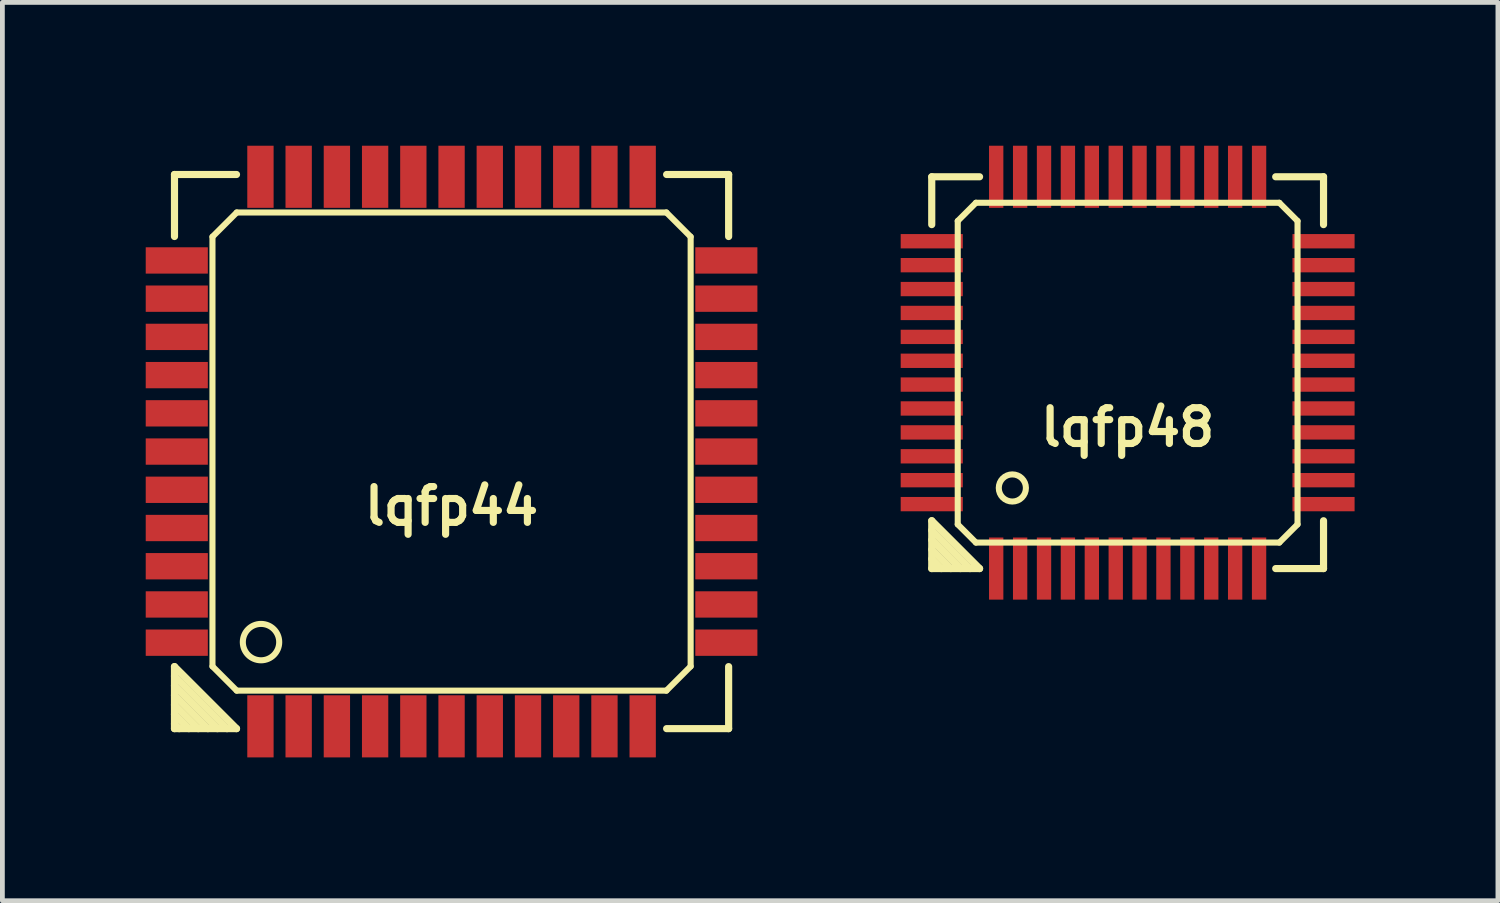
<source format=kicad_pcb>
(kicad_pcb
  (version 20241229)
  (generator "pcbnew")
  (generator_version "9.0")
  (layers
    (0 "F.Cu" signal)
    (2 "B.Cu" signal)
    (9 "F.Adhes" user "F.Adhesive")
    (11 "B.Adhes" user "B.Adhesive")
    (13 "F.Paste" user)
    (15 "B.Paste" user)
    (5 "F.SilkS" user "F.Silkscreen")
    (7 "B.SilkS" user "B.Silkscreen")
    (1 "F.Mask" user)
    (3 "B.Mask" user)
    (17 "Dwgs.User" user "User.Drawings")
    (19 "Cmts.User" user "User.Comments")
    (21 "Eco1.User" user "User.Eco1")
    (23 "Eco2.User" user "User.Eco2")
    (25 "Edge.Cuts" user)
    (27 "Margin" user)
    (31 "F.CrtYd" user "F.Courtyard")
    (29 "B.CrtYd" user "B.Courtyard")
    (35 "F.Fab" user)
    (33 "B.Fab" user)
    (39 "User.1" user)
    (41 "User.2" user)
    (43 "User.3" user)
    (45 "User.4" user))
  (footprint "lqfp48"
    (layer "F.Cu")
    (at 20.551 4.75)
    (property "Reference" "lqfp48" (at 0 1.143 0) (layer "F.SilkS") (effects (font (size 0.749 0.749) (thickness 0.15))))
    (attr smd)
    (fp_line (start -4.1 -4.1) (end -3.099 -4.1) (stroke (width 0.15) (type solid)) (layer "F.SilkS"))
    (fp_line (start -4.1 -3.099) (end -4.1 -4.1) (stroke (width 0.15) (type solid)) (layer "F.SilkS"))
    (fp_line (start -4.1 3.099) (end -3.099 4.1) (stroke (width 0.15) (type solid)) (layer "F.SilkS"))
    (fp_line (start -4.1 3.5) (end -3.5 4.1) (stroke (width 0.15) (type solid)) (layer "F.SilkS"))
    (fp_line (start -4.1 3.899) (end -3.899 4.1) (stroke (width 0.15) (type solid)) (layer "F.SilkS"))
    (fp_line (start -4.1 4.1) (end -4.1 3.099) (stroke (width 0.15) (type solid)) (layer "F.SilkS"))
    (fp_line (start -3.701 4.1) (end -4.1 3.701) (stroke (width 0.15) (type solid)) (layer "F.SilkS"))
    (fp_line (start -3.556 -3.175) (end -3.175 -3.556) (stroke (width 0.127) (type solid)) (layer "F.SilkS"))
    (fp_line (start -3.556 3.175) (end -3.556 -3.175) (stroke (width 0.127) (type solid)) (layer "F.SilkS"))
    (fp_line (start -3.299 4.1) (end -4.1 3.299) (stroke (width 0.15) (type solid)) (layer "F.SilkS"))
    (fp_line (start -3.175 -3.556) (end 3.175 -3.556) (stroke (width 0.127) (type solid)) (layer "F.SilkS"))
    (fp_line (start -3.175 3.556) (end -3.556 3.175) (stroke (width 0.127) (type solid)) (layer "F.SilkS"))
    (fp_line (start -3.099 4.1) (end -4.1 4.1) (stroke (width 0.15) (type solid)) (layer "F.SilkS"))
    (fp_line (start 3.099 -4.1) (end 4.1 -4.1) (stroke (width 0.15) (type solid)) (layer "F.SilkS"))
    (fp_line (start 3.175 -3.556) (end 3.556 -3.175) (stroke (width 0.127) (type solid)) (layer "F.SilkS"))
    (fp_line (start 3.175 3.556) (end -3.175 3.556) (stroke (width 0.127) (type solid)) (layer "F.SilkS"))
    (fp_line (start 3.556 -3.175) (end 3.556 3.175) (stroke (width 0.127) (type solid)) (layer "F.SilkS"))
    (fp_line (start 3.556 3.175) (end 3.175 3.556) (stroke (width 0.127) (type solid)) (layer "F.SilkS"))
    (fp_line (start 4.1 -4.1) (end 4.1 -3.099) (stroke (width 0.15) (type solid)) (layer "F.SilkS"))
    (fp_line (start 4.1 3.099) (end 4.1 4.1) (stroke (width 0.15) (type solid)) (layer "F.SilkS"))
    (fp_line (start 4.1 4.1) (end 3.099 4.1) (stroke (width 0.15) (type solid)) (layer "F.SilkS"))
    (fp_circle (center -2.413 2.413) (end -2.667 2.54) (stroke (width 0.127) (type solid)) (fill no) (layer "F.SilkS"))
    (pad "1" smd rect (at -2.751 4.1) (size 0.3 1.3) (layers "F.Cu" "F.Mask" "F.Paste"))
    (pad "2" smd rect (at -2.25 4.1) (size 0.3 1.3) (layers "F.Cu" "F.Mask" "F.Paste"))
    (pad "3" smd rect (at -1.75 4.1) (size 0.3 1.3) (layers "F.Cu" "F.Mask" "F.Paste"))
    (pad "4" smd rect (at -1.25 4.1) (size 0.3 1.3) (layers "F.Cu" "F.Mask" "F.Paste"))
    (pad "5" smd rect (at -0.749 4.1) (size 0.3 1.3) (layers "F.Cu" "F.Mask" "F.Paste"))
    (pad "6" smd rect (at -0.249 4.1) (size 0.3 1.3) (layers "F.Cu" "F.Mask" "F.Paste"))
    (pad "7" smd rect (at 0.249 4.1) (size 0.3 1.3) (layers "F.Cu" "F.Mask" "F.Paste"))
    (pad "8" smd rect (at 0.749 4.1) (size 0.3 1.3) (layers "F.Cu" "F.Mask" "F.Paste"))
    (pad "9" smd rect (at 1.25 4.1) (size 0.3 1.3) (layers "F.Cu" "F.Mask" "F.Paste"))
    (pad "10" smd rect (at 1.75 4.1) (size 0.3 1.3) (layers "F.Cu" "F.Mask" "F.Paste"))
    (pad "11" smd rect (at 2.25 4.1) (size 0.3 1.3) (layers "F.Cu" "F.Mask" "F.Paste"))
    (pad "12" smd rect (at 2.751 4.1) (size 0.3 1.3) (layers "F.Cu" "F.Mask" "F.Paste"))
    (pad "13" smd rect (at 4.1 2.751) (size 1.3 0.3) (layers "F.Cu" "F.Mask" "F.Paste"))
    (pad "14" smd rect (at 4.1 2.25) (size 1.3 0.3) (layers "F.Cu" "F.Mask" "F.Paste"))
    (pad "15" smd rect (at 4.1 1.75) (size 1.3 0.3) (layers "F.Cu" "F.Mask" "F.Paste"))
    (pad "16" smd rect (at 4.1 1.25) (size 1.3 0.3) (layers "F.Cu" "F.Mask" "F.Paste"))
    (pad "17" smd rect (at 4.1 0.749) (size 1.3 0.3) (layers "F.Cu" "F.Mask" "F.Paste"))
    (pad "18" smd rect (at 4.1 0.249) (size 1.3 0.3) (layers "F.Cu" "F.Mask" "F.Paste"))
    (pad "19" smd rect (at 4.1 -0.249) (size 1.3 0.3) (layers "F.Cu" "F.Mask" "F.Paste"))
    (pad "20" smd rect (at 4.1 -0.749) (size 1.3 0.3) (layers "F.Cu" "F.Mask" "F.Paste"))
    (pad "21" smd rect (at 4.1 -1.25) (size 1.3 0.3) (layers "F.Cu" "F.Mask" "F.Paste"))
    (pad "22" smd rect (at 4.1 -1.75) (size 1.3 0.3) (layers "F.Cu" "F.Mask" "F.Paste"))
    (pad "23" smd rect (at 4.1 -2.25) (size 1.3 0.3) (layers "F.Cu" "F.Mask" "F.Paste"))
    (pad "24" smd rect (at 4.1 -2.751) (size 1.3 0.3) (layers "F.Cu" "F.Mask" "F.Paste"))
    (pad "25" smd rect (at 2.751 -4.1) (size 0.3 1.3) (layers "F.Cu" "F.Mask" "F.Paste"))
    (pad "26" smd rect (at 2.25 -4.1) (size 0.3 1.3) (layers "F.Cu" "F.Mask" "F.Paste"))
    (pad "27" smd rect (at 1.75 -4.1) (size 0.3 1.3) (layers "F.Cu" "F.Mask" "F.Paste"))
    (pad "28" smd rect (at 1.25 -4.1) (size 0.3 1.3) (layers "F.Cu" "F.Mask" "F.Paste"))
    (pad "29" smd rect (at 0.749 -4.1) (size 0.3 1.3) (layers "F.Cu" "F.Mask" "F.Paste"))
    (pad "30" smd rect (at 0.249 -4.1) (size 0.3 1.3) (layers "F.Cu" "F.Mask" "F.Paste"))
    (pad "31" smd rect (at -0.249 -4.1) (size 0.3 1.3) (layers "F.Cu" "F.Mask" "F.Paste"))
    (pad "32" smd rect (at -0.749 -4.1) (size 0.3 1.3) (layers "F.Cu" "F.Mask" "F.Paste"))
    (pad "33" smd rect (at -1.25 -4.1) (size 0.3 1.3) (layers "F.Cu" "F.Mask" "F.Paste"))
    (pad "34" smd rect (at -1.75 -4.1) (size 0.3 1.3) (layers "F.Cu" "F.Mask" "F.Paste"))
    (pad "35" smd rect (at -2.25 -4.1) (size 0.3 1.3) (layers "F.Cu" "F.Mask" "F.Paste"))
    (pad "36" smd rect (at -2.751 -4.1) (size 0.3 1.3) (layers "F.Cu" "F.Mask" "F.Paste"))
    (pad "37" smd rect (at -4.1 -2.751) (size 1.3 0.3) (layers "F.Cu" "F.Mask" "F.Paste"))
    (pad "38" smd rect (at -4.1 -2.25) (size 1.3 0.3) (layers "F.Cu" "F.Mask" "F.Paste"))
    (pad "39" smd rect (at -4.1 -1.75) (size 1.3 0.3) (layers "F.Cu" "F.Mask" "F.Paste"))
    (pad "40" smd rect (at -4.1 -1.25) (size 1.3 0.3) (layers "F.Cu" "F.Mask" "F.Paste"))
    (pad "41" smd rect (at -4.1 -0.749) (size 1.3 0.3) (layers "F.Cu" "F.Mask" "F.Paste"))
    (pad "42" smd rect (at -4.1 -0.249) (size 1.3 0.3) (layers "F.Cu" "F.Mask" "F.Paste"))
    (pad "43" smd rect (at -4.1 0.249) (size 1.3 0.3) (layers "F.Cu" "F.Mask" "F.Paste"))
    (pad "44" smd rect (at -4.1 0.749) (size 1.3 0.3) (layers "F.Cu" "F.Mask" "F.Paste"))
    (pad "45" smd rect (at -4.1 1.25) (size 1.3 0.3) (layers "F.Cu" "F.Mask" "F.Paste"))
    (pad "46" smd rect (at -4.1 1.75) (size 1.3 0.3) (layers "F.Cu" "F.Mask" "F.Paste"))
    (pad "47" smd rect (at -4.1 2.25) (size 1.3 0.3) (layers "F.Cu" "F.Mask" "F.Paste"))
    (pad "48" smd rect (at -4.1 2.751) (size 1.3 0.3) (layers "F.Cu" "F.Mask" "F.Paste")))
  (footprint "lqfp44"
    (layer "F.Cu")
    (at 6.401 6.401)
    (property "Reference" "lqfp44" (at 0 1.143 0) (layer "F.SilkS") (effects (font (size 0.749 0.749) (thickness 0.15))))
    (attr smd)
    (fp_line (start -5.799 -5.799) (end -4.501 -5.799) (stroke (width 0.15) (type solid)) (layer "F.SilkS"))
    (fp_line (start -5.799 -4.501) (end -5.799 -5.799) (stroke (width 0.15) (type solid)) (layer "F.SilkS"))
    (fp_line (start -5.799 4.501) (end -4.501 5.799) (stroke (width 0.15) (type solid)) (layer "F.SilkS"))
    (fp_line (start -5.799 4.9) (end -4.9 5.799) (stroke (width 0.15) (type solid)) (layer "F.SilkS"))
    (fp_line (start -5.799 5.301) (end -5.301 5.799) (stroke (width 0.15) (type solid)) (layer "F.SilkS"))
    (fp_line (start -5.799 5.7) (end -5.7 5.799) (stroke (width 0.15) (type solid)) (layer "F.SilkS"))
    (fp_line (start -5.799 5.799) (end -5.799 4.501) (stroke (width 0.15) (type solid)) (layer "F.SilkS"))
    (fp_line (start -5.499 5.799) (end -5.799 5.499) (stroke (width 0.15) (type solid)) (layer "F.SilkS"))
    (fp_line (start -5.1 5.799) (end -5.799 5.1) (stroke (width 0.15) (type solid)) (layer "F.SilkS"))
    (fp_line (start -5.004 -4.496) (end -4.496 -5.004) (stroke (width 0.127) (type solid)) (layer "F.SilkS"))
    (fp_line (start -5.004 4.496) (end -5.004 -4.496) (stroke (width 0.127) (type solid)) (layer "F.SilkS"))
    (fp_line (start -4.699 5.799) (end -5.799 4.699) (stroke (width 0.15) (type solid)) (layer "F.SilkS"))
    (fp_line (start -4.501 5.799) (end -5.799 5.799) (stroke (width 0.15) (type solid)) (layer "F.SilkS"))
    (fp_line (start -4.496 -5.004) (end 4.496 -5.004) (stroke (width 0.127) (type solid)) (layer "F.SilkS"))
    (fp_line (start -4.496 5.004) (end -5.004 4.496) (stroke (width 0.127) (type solid)) (layer "F.SilkS"))
    (fp_line (start 4.496 -5.004) (end 5.004 -4.496) (stroke (width 0.127) (type solid)) (layer "F.SilkS"))
    (fp_line (start 4.496 5.004) (end -4.496 5.004) (stroke (width 0.127) (type solid)) (layer "F.SilkS"))
    (fp_line (start 4.501 -5.799) (end 5.799 -5.799) (stroke (width 0.15) (type solid)) (layer "F.SilkS"))
    (fp_line (start 5.004 4.496) (end 4.496 5.004) (stroke (width 0.127) (type solid)) (layer "F.SilkS"))
    (fp_line (start 5.004 4.496) (end 5.004 -4.496) (stroke (width 0.127) (type solid)) (layer "F.SilkS"))
    (fp_line (start 5.799 -5.799) (end 5.799 -4.501) (stroke (width 0.15) (type solid)) (layer "F.SilkS"))
    (fp_line (start 5.799 4.501) (end 5.799 5.799) (stroke (width 0.15) (type solid)) (layer "F.SilkS"))
    (fp_line (start 5.799 5.799) (end 4.501 5.799) (stroke (width 0.15) (type solid)) (layer "F.SilkS"))
    (fp_circle (center -3.988 3.988) (end -4.216 4.293) (stroke (width 0.127) (type solid)) (fill no) (layer "F.SilkS"))
    (pad "1" smd rect (at -4 5.751) (size 0.551 1.3) (layers "F.Cu" "F.Mask" "F.Paste"))
    (pad "2" smd rect (at -3.2 5.751) (size 0.551 1.3) (layers "F.Cu" "F.Mask" "F.Paste"))
    (pad "3" smd rect (at -2.4 5.751) (size 0.551 1.3) (layers "F.Cu" "F.Mask" "F.Paste"))
    (pad "4" smd rect (at -1.6 5.751) (size 0.551 1.3) (layers "F.Cu" "F.Mask" "F.Paste"))
    (pad "5" smd rect (at -0.8 5.751) (size 0.551 1.3) (layers "F.Cu" "F.Mask" "F.Paste"))
    (pad "6" smd rect (at 0 5.751) (size 0.551 1.3) (layers "F.Cu" "F.Mask" "F.Paste"))
    (pad "7" smd rect (at 0.8 5.751) (size 0.551 1.3) (layers "F.Cu" "F.Mask" "F.Paste"))
    (pad "8" smd rect (at 1.6 5.751) (size 0.551 1.3) (layers "F.Cu" "F.Mask" "F.Paste"))
    (pad "9" smd rect (at 2.4 5.751) (size 0.551 1.3) (layers "F.Cu" "F.Mask" "F.Paste"))
    (pad "10" smd rect (at 3.2 5.751) (size 0.551 1.3) (layers "F.Cu" "F.Mask" "F.Paste"))
    (pad "11" smd rect (at 4 5.751) (size 0.551 1.3) (layers "F.Cu" "F.Mask" "F.Paste"))
    (pad "12" smd rect (at 5.751 4) (size 1.3 0.551) (layers "F.Cu" "F.Mask" "F.Paste"))
    (pad "13" smd rect (at 5.751 3.2) (size 1.3 0.551) (layers "F.Cu" "F.Mask" "F.Paste"))
    (pad "14" smd rect (at 5.751 2.4) (size 1.3 0.551) (layers "F.Cu" "F.Mask" "F.Paste"))
    (pad "15" smd rect (at 5.751 1.6) (size 1.3 0.551) (layers "F.Cu" "F.Mask" "F.Paste"))
    (pad "16" smd rect (at 5.751 0.8) (size 1.3 0.551) (layers "F.Cu" "F.Mask" "F.Paste"))
    (pad "17" smd rect (at 5.751 0) (size 1.3 0.551) (layers "F.Cu" "F.Mask" "F.Paste"))
    (pad "18" smd rect (at 5.751 -0.8) (size 1.3 0.551) (layers "F.Cu" "F.Mask" "F.Paste"))
    (pad "19" smd rect (at 5.751 -1.6) (size 1.3 0.551) (layers "F.Cu" "F.Mask" "F.Paste"))
    (pad "20" smd rect (at 5.751 -2.4) (size 1.3 0.551) (layers "F.Cu" "F.Mask" "F.Paste"))
    (pad "21" smd rect (at 5.751 -3.2) (size 1.3 0.551) (layers "F.Cu" "F.Mask" "F.Paste"))
    (pad "22" smd rect (at 5.751 -4) (size 1.3 0.551) (layers "F.Cu" "F.Mask" "F.Paste"))
    (pad "23" smd rect (at 4 -5.751) (size 0.551 1.3) (layers "F.Cu" "F.Mask" "F.Paste"))
    (pad "24" smd rect (at 3.2 -5.751) (size 0.551 1.3) (layers "F.Cu" "F.Mask" "F.Paste"))
    (pad "25" smd rect (at 2.4 -5.751) (size 0.551 1.3) (layers "F.Cu" "F.Mask" "F.Paste"))
    (pad "26" smd rect (at 1.6 -5.751) (size 0.551 1.3) (layers "F.Cu" "F.Mask" "F.Paste"))
    (pad "27" smd rect (at 0.8 -5.751) (size 0.551 1.3) (layers "F.Cu" "F.Mask" "F.Paste"))
    (pad "28" smd rect (at 0 -5.751) (size 0.551 1.3) (layers "F.Cu" "F.Mask" "F.Paste"))
    (pad "29" smd rect (at -0.8 -5.751) (size 0.551 1.3) (layers "F.Cu" "F.Mask" "F.Paste"))
    (pad "30" smd rect (at -1.6 -5.751) (size 0.551 1.3) (layers "F.Cu" "F.Mask" "F.Paste"))
    (pad "31" smd rect (at -2.4 -5.751) (size 0.551 1.3) (layers "F.Cu" "F.Mask" "F.Paste"))
    (pad "32" smd rect (at -3.2 -5.751) (size 0.551 1.3) (layers "F.Cu" "F.Mask" "F.Paste"))
    (pad "33" smd rect (at -4 -5.751) (size 0.551 1.3) (layers "F.Cu" "F.Mask" "F.Paste"))
    (pad "34" smd rect (at -5.751 -4) (size 1.3 0.551) (layers "F.Cu" "F.Mask" "F.Paste"))
    (pad "35" smd rect (at -5.751 -3.2) (size 1.3 0.551) (layers "F.Cu" "F.Mask" "F.Paste"))
    (pad "36" smd rect (at -5.751 -2.4) (size 1.3 0.551) (layers "F.Cu" "F.Mask" "F.Paste"))
    (pad "37" smd rect (at -5.751 -1.6) (size 1.3 0.551) (layers "F.Cu" "F.Mask" "F.Paste"))
    (pad "38" smd rect (at -5.751 -0.8) (size 1.3 0.551) (layers "F.Cu" "F.Mask" "F.Paste"))
    (pad "39" smd rect (at -5.751 0) (size 1.3 0.551) (layers "F.Cu" "F.Mask" "F.Paste"))
    (pad "40" smd rect (at -5.751 0.8) (size 1.3 0.551) (layers "F.Cu" "F.Mask" "F.Paste"))
    (pad "41" smd rect (at -5.751 1.6) (size 1.3 0.551) (layers "F.Cu" "F.Mask" "F.Paste"))
    (pad "42" smd rect (at -5.751 2.4) (size 1.3 0.551) (layers "F.Cu" "F.Mask" "F.Paste"))
    (pad "43" smd rect (at -5.751 3.2) (size 1.3 0.551) (layers "F.Cu" "F.Mask" "F.Paste"))
    (pad "44" smd rect (at -5.751 4) (size 1.3 0.551) (layers "F.Cu" "F.Mask" "F.Paste")))
  (gr_rect
    (start -3 -3)
    (end 28.301 15.802)
    (stroke (width 0.1) (type default))
    (fill no)
    (layer "Edge.Cuts")))
</source>
